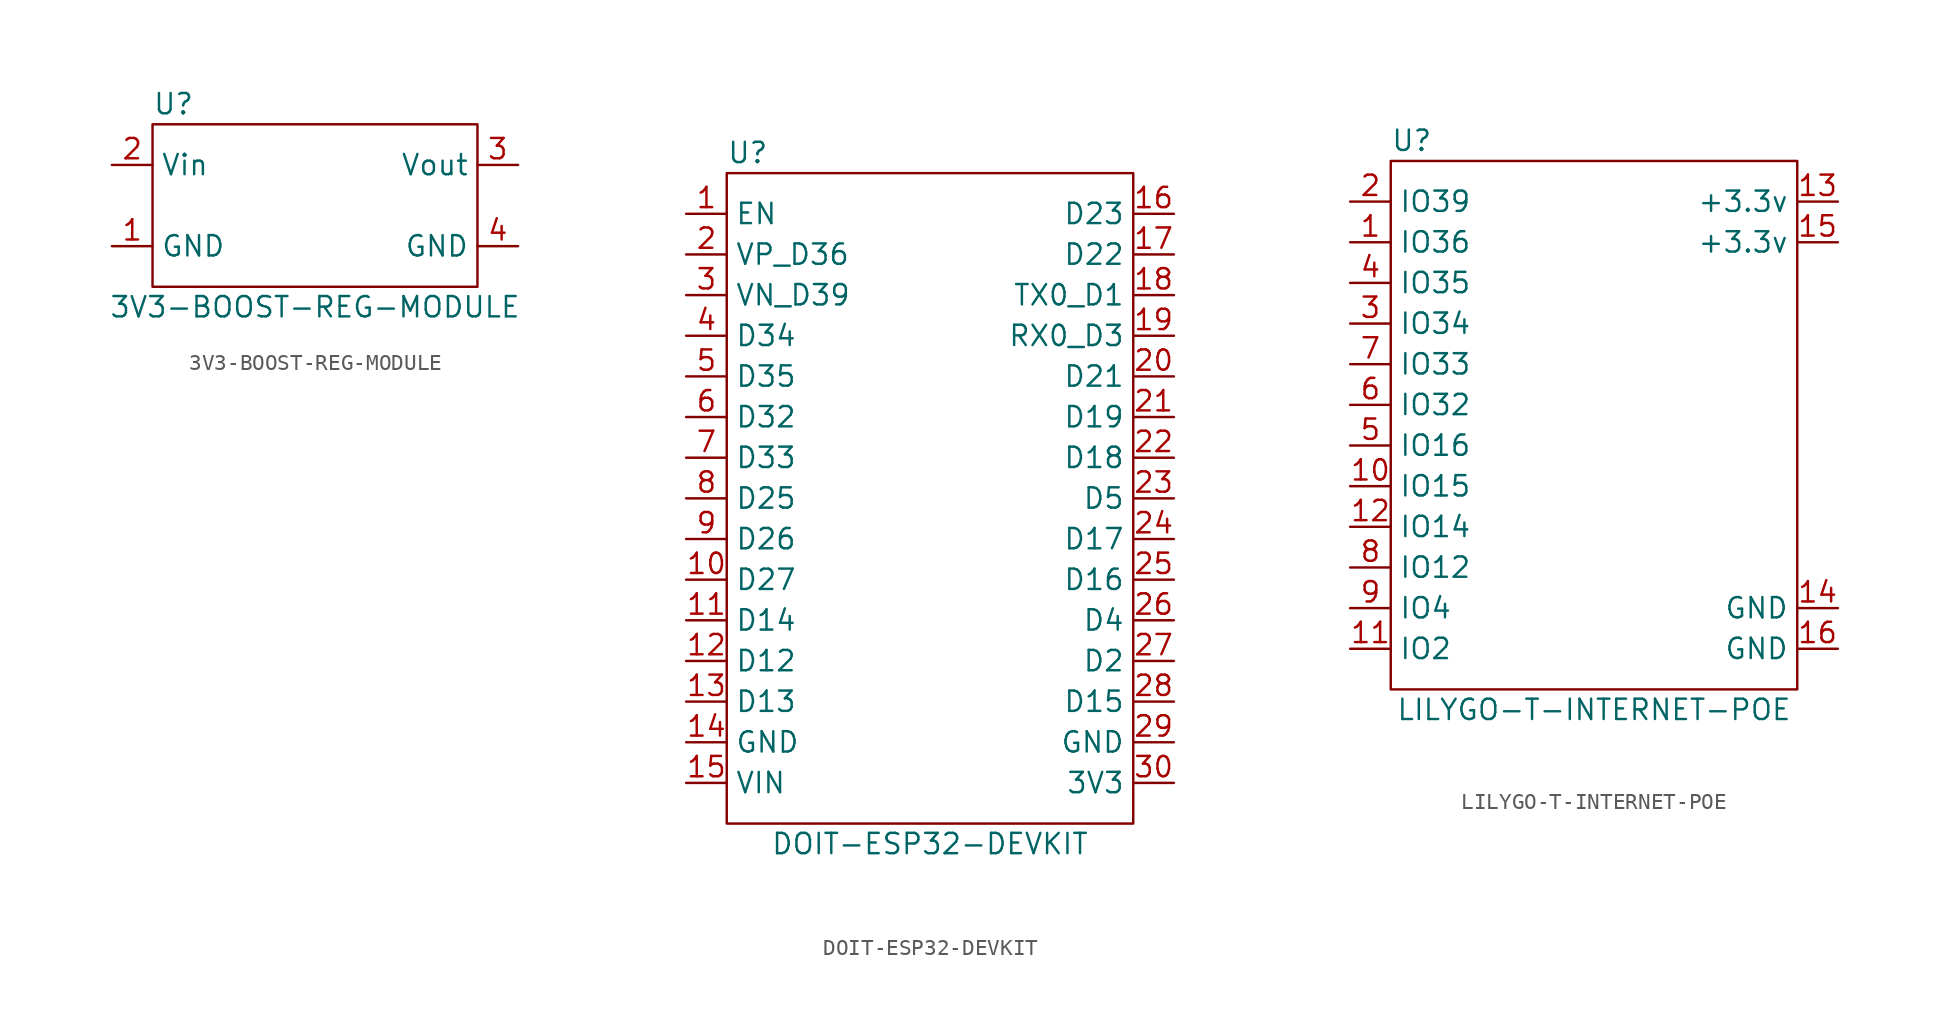
<source format=kicad_sym>
(kicad_symbol_lib
  (version 20220914)
  (generator kicad_symbol_editor)
  (symbol "3V3-BOOST-REG-MODULE"
    (property "Reference" "U"
      (at -10.16 6.35 0)
      (effects (font (size 1.27 1.27)) (justify left)))
    (property "Value" "3V3-BOOST-REG-MODULE"
      (at 0 -6.35 0)
      (effects (font (size 1.27 1.27))))
    (symbol "3V3-BOOST-REG-MODULE_0_1"
      (rectangle (start -10.16 5.08) (end 10.16 -5.08) (stroke (width 0) (type default)) (fill (type none))))
    (symbol "3V3-BOOST-REG-MODULE_1_1"
      (pin power_in line (at -12.7 -2.54 0) (length 2.54) (name "GND" (effects (font (size 1.27 1.27)))) (number "1" (effects (font (size 1.27 1.27)))))
      (pin power_in line (at -12.7 2.54 0) (length 2.54) (name "Vin" (effects (font (size 1.27 1.27)))) (number "2" (effects (font (size 1.27 1.27)))))
      (pin power_out line (at 12.7 2.54 180) (length 2.54) (name "Vout" (effects (font (size 1.27 1.27)))) (number "3" (effects (font (size 1.27 1.27)))))
      (pin power_out line (at 12.7 -2.54 180) (length 2.54) (name "GND" (effects (font (size 1.27 1.27)))) (number "4" (effects (font (size 1.27 1.27)))))))
  (symbol "DOIT-ESP32-DEVKIT"
    (property "Reference" "U"
      (at -12.7 21.59 0)
      (effects (font (size 1.27 1.27)) (justify left)))
    (property "Value" "DOIT-ESP32-DEVKIT"
      (at 0 -21.59 0)
      (effects (font (size 1.27 1.27))))
    (symbol "DOIT-ESP32-DEVKIT_0_1"
      (rectangle (start -12.7 20.32) (end 12.7 -20.32) (stroke (width 0) (type default)) (fill (type none))))
    (symbol "DOIT-ESP32-DEVKIT_1_1"
      (pin input line (at -15.24 17.78 0) (length 2.54) (name "EN" (effects (font (size 1.27 1.27)))) (number "1" (effects (font (size 1.27 1.27)))))
      (pin bidirectional line (at -15.24 -5.08 0) (length 2.54) (name "D27" (effects (font (size 1.27 1.27)))) (number "10" (effects (font (size 1.27 1.27)))))
      (pin bidirectional line (at -15.24 -7.62 0) (length 2.54) (name "D14" (effects (font (size 1.27 1.27)))) (number "11" (effects (font (size 1.27 1.27)))))
      (pin bidirectional line (at -15.24 -10.16 0) (length 2.54) (name "D12" (effects (font (size 1.27 1.27)))) (number "12" (effects (font (size 1.27 1.27)))))
      (pin bidirectional line (at -15.24 -12.7 0) (length 2.54) (name "D13" (effects (font (size 1.27 1.27)))) (number "13" (effects (font (size 1.27 1.27)))))
      (pin power_in line (at -15.24 -15.24 0) (length 2.54) (name "GND" (effects (font (size 1.27 1.27)))) (number "14" (effects (font (size 1.27 1.27)))))
      (pin power_in line (at -15.24 -17.78 0) (length 2.54) (name "VIN" (effects (font (size 1.27 1.27)))) (number "15" (effects (font (size 1.27 1.27)))))
      (pin bidirectional line (at 15.24 17.78 180) (length 2.54) (name "D23" (effects (font (size 1.27 1.27)))) (number "16" (effects (font (size 1.27 1.27)))))
      (pin bidirectional line (at 15.24 15.24 180) (length 2.54) (name "D22" (effects (font (size 1.27 1.27)))) (number "17" (effects (font (size 1.27 1.27)))))
      (pin bidirectional line (at 15.24 12.7 180) (length 2.54) (name "TX0_D1" (effects (font (size 1.27 1.27)))) (number "18" (effects (font (size 1.27 1.27)))))
      (pin bidirectional line (at 15.24 10.16 180) (length 2.54) (name "RX0_D3" (effects (font (size 1.27 1.27)))) (number "19" (effects (font (size 1.27 1.27)))))
      (pin bidirectional line (at -15.24 15.24 0) (length 2.54) (name "VP_D36" (effects (font (size 1.27 1.27)))) (number "2" (effects (font (size 1.27 1.27)))))
      (pin bidirectional line (at 15.24 7.62 180) (length 2.54) (name "D21" (effects (font (size 1.27 1.27)))) (number "20" (effects (font (size 1.27 1.27)))))
      (pin bidirectional line (at 15.24 5.08 180) (length 2.54) (name "D19" (effects (font (size 1.27 1.27)))) (number "21" (effects (font (size 1.27 1.27)))))
      (pin bidirectional line (at 15.24 2.54 180) (length 2.54) (name "D18" (effects (font (size 1.27 1.27)))) (number "22" (effects (font (size 1.27 1.27)))))
      (pin bidirectional line (at 15.24 0 180) (length 2.54) (name "D5" (effects (font (size 1.27 1.27)))) (number "23" (effects (font (size 1.27 1.27)))))
      (pin bidirectional line (at 15.24 -2.54 180) (length 2.54) (name "D17" (effects (font (size 1.27 1.27)))) (number "24" (effects (font (size 1.27 1.27)))))
      (pin bidirectional line (at 15.24 -5.08 180) (length 2.54) (name "D16" (effects (font (size 1.27 1.27)))) (number "25" (effects (font (size 1.27 1.27)))))
      (pin bidirectional line (at 15.24 -7.62 180) (length 2.54) (name "D4" (effects (font (size 1.27 1.27)))) (number "26" (effects (font (size 1.27 1.27)))))
      (pin bidirectional line (at 15.24 -10.16 180) (length 2.54) (name "D2" (effects (font (size 1.27 1.27)))) (number "27" (effects (font (size 1.27 1.27)))))
      (pin bidirectional line (at 15.24 -12.7 180) (length 2.54) (name "D15" (effects (font (size 1.27 1.27)))) (number "28" (effects (font (size 1.27 1.27)))))
      (pin power_in line (at 15.24 -15.24 180) (length 2.54) (name "GND" (effects (font (size 1.27 1.27)))) (number "29" (effects (font (size 1.27 1.27)))))
      (pin bidirectional line (at -15.24 12.7 0) (length 2.54) (name "VN_D39" (effects (font (size 1.27 1.27)))) (number "3" (effects (font (size 1.27 1.27)))))
      (pin power_out line (at 15.24 -17.78 180) (length 2.54) (name "3V3" (effects (font (size 1.27 1.27)))) (number "30" (effects (font (size 1.27 1.27)))))
      (pin bidirectional line (at -15.24 10.16 0) (length 2.54) (name "D34" (effects (font (size 1.27 1.27)))) (number "4" (effects (font (size 1.27 1.27)))))
      (pin bidirectional line (at -15.24 7.62 0) (length 2.54) (name "D35" (effects (font (size 1.27 1.27)))) (number "5" (effects (font (size 1.27 1.27)))))
      (pin bidirectional line (at -15.24 5.08 0) (length 2.54) (name "D32" (effects (font (size 1.27 1.27)))) (number "6" (effects (font (size 1.27 1.27)))))
      (pin bidirectional line (at -15.24 2.54 0) (length 2.54) (name "D33" (effects (font (size 1.27 1.27)))) (number "7" (effects (font (size 1.27 1.27)))))
      (pin bidirectional line (at -15.24 0 0) (length 2.54) (name "D25" (effects (font (size 1.27 1.27)))) (number "8" (effects (font (size 1.27 1.27)))))
      (pin bidirectional line (at -15.24 -2.54 0) (length 2.54) (name "D26" (effects (font (size 1.27 1.27)))) (number "9" (effects (font (size 1.27 1.27)))))))
  (symbol "LILYGO-T-INTERNET-POE"
    (property "Reference" "U"
      (at -12.7 17.78 0)
      (effects (font (size 1.27 1.27)) (justify left)))
    (property "Value" "LILYGO-T-INTERNET-POE"
      (at 0 -17.78 0)
      (effects (font (size 1.27 1.27))))
    (symbol "LILYGO-T-INTERNET-POE_0_1"
      (rectangle (start -12.7 16.51) (end 12.7 -16.51) (stroke (width 0) (type default)) (fill (type none))))
    (symbol "LILYGO-T-INTERNET-POE_1_1"
      (pin bidirectional line (at -15.24 11.43 0) (length 2.54) (name "IO36" (effects (font (size 1.27 1.27)))) (number "1" (effects (font (size 1.27 1.27)))))
      (pin bidirectional line (at -15.24 -3.81 0) (length 2.54) (name "IO15" (effects (font (size 1.27 1.27)))) (number "10" (effects (font (size 1.27 1.27)))))
      (pin bidirectional line (at -15.24 -13.97 0) (length 2.54) (name "IO2" (effects (font (size 1.27 1.27)))) (number "11" (effects (font (size 1.27 1.27)))))
      (pin bidirectional line (at -15.24 -6.35 0) (length 2.54) (name "IO14" (effects (font (size 1.27 1.27)))) (number "12" (effects (font (size 1.27 1.27)))))
      (pin power_in line (at 15.24 13.97 180) (length 2.54) (name "+3.3v" (effects (font (size 1.27 1.27)))) (number "13" (effects (font (size 1.27 1.27)))))
      (pin power_in line (at 15.24 -11.43 180) (length 2.54) (name "GND" (effects (font (size 1.27 1.27)))) (number "14" (effects (font (size 1.27 1.27)))))
      (pin power_in line (at 15.24 11.43 180) (length 2.54) (name "+3.3v" (effects (font (size 1.27 1.27)))) (number "15" (effects (font (size 1.27 1.27)))))
      (pin power_in line (at 15.24 -13.97 180) (length 2.54) (name "GND" (effects (font (size 1.27 1.27)))) (number "16" (effects (font (size 1.27 1.27)))))
      (pin bidirectional line (at -15.24 13.97 0) (length 2.54) (name "IO39" (effects (font (size 1.27 1.27)))) (number "2" (effects (font (size 1.27 1.27)))))
      (pin bidirectional line (at -15.24 6.35 0) (length 2.54) (name "IO34" (effects (font (size 1.27 1.27)))) (number "3" (effects (font (size 1.27 1.27)))))
      (pin bidirectional line (at -15.24 8.89 0) (length 2.54) (name "IO35" (effects (font (size 1.27 1.27)))) (number "4" (effects (font (size 1.27 1.27)))))
      (pin bidirectional line (at -15.24 -1.27 0) (length 2.54) (name "IO16" (effects (font (size 1.27 1.27)))) (number "5" (effects (font (size 1.27 1.27)))))
      (pin bidirectional line (at -15.24 1.27 0) (length 2.54) (name "IO32" (effects (font (size 1.27 1.27)))) (number "6" (effects (font (size 1.27 1.27)))))
      (pin bidirectional line (at -15.24 3.81 0) (length 2.54) (name "IO33" (effects (font (size 1.27 1.27)))) (number "7" (effects (font (size 1.27 1.27)))))
      (pin bidirectional line (at -15.24 -8.89 0) (length 2.54) (name "IO12" (effects (font (size 1.27 1.27)))) (number "8" (effects (font (size 1.27 1.27)))))
      (pin bidirectional line (at -15.24 -11.43 0) (length 2.54) (name "IO4" (effects (font (size 1.27 1.27)))) (number "9" (effects (font (size 1.27 1.27))))))))
</source>
